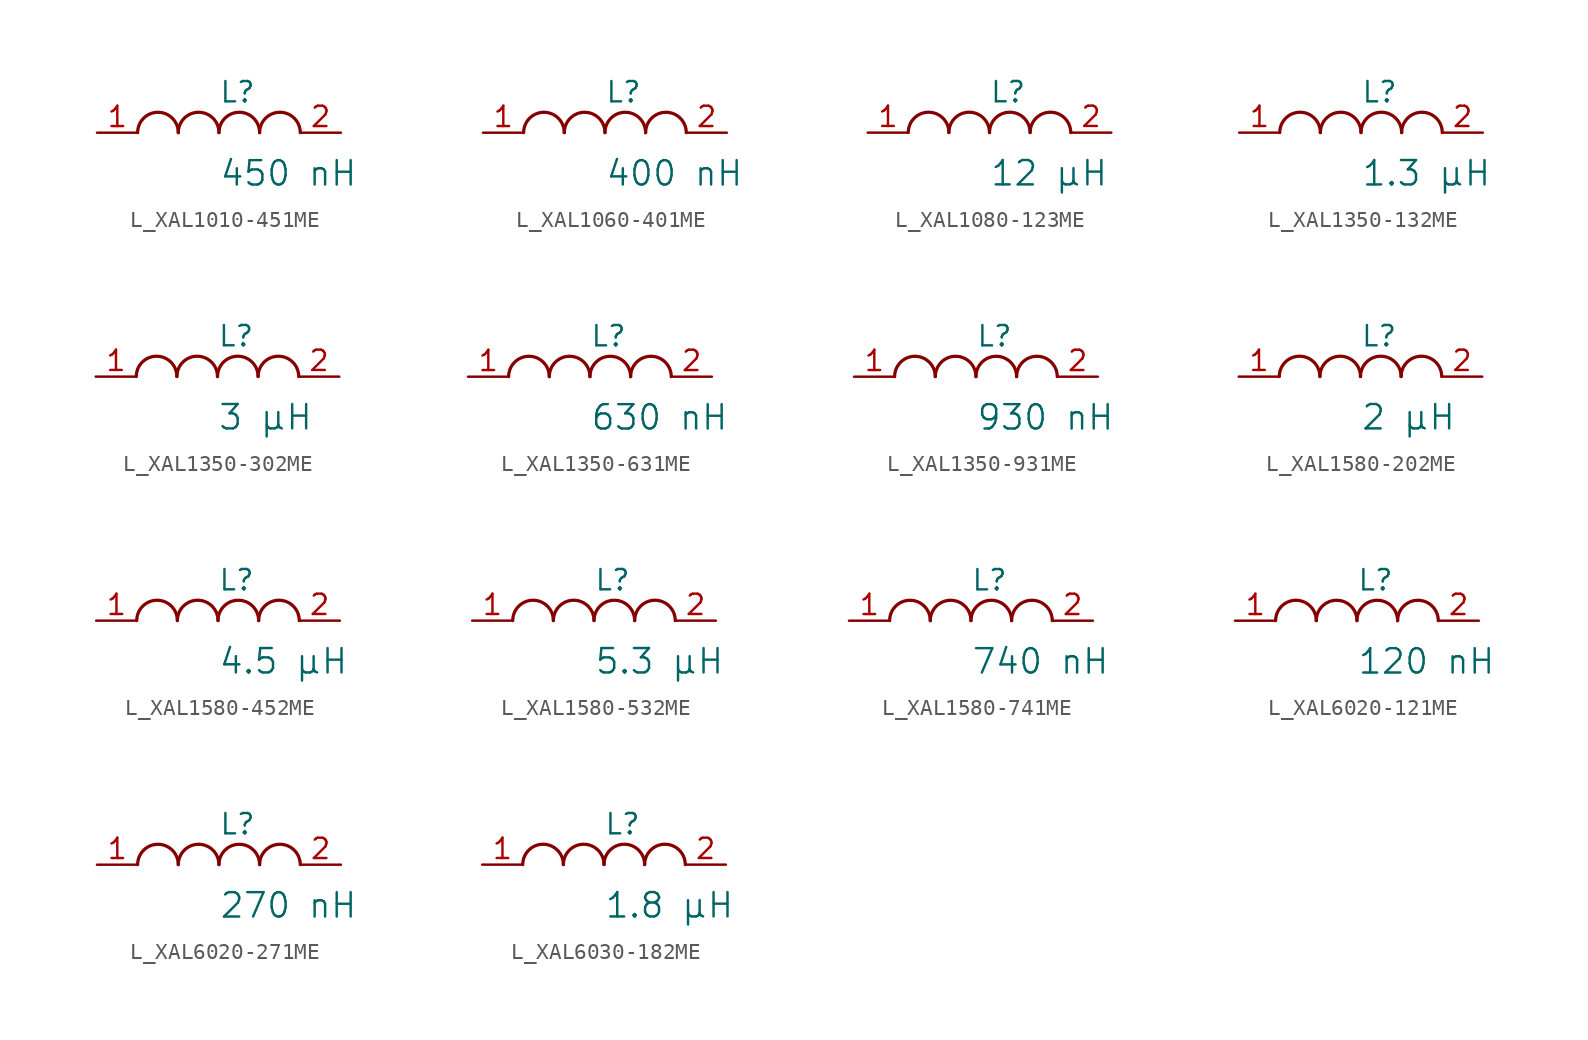
<source format=kicad_sym>
(kicad_symbol_lib
  (version 20231120)
  (generator "kicad_symbol_editor")
  (generator_version "8.0")
  (symbol "L_XAL1010-451ME"
    (pin_names
      (offset 0.254))
    (property "Reference" "L"
      (at 0 2.54 0)
      (effects (font (size 1.27 1.27)) (justify left)))
    (property "Value" "450 nH"
      (at 0 -2.54 0)
      (effects (font (size 1.524 1.524)) (justify left)))
    (symbol "L_XAL1010-451ME_1_1"
      (arc (start -2.54 0.0056) (mid -3.81 1.27) (end -5.08 0.0056) (stroke (width 0.2032) (type default)) (fill (type none)))
      (arc (start 0 0.0056) (mid -1.27 1.27) (end -2.54 0.0056) (stroke (width 0.2032) (type default)) (fill (type none)))
      (arc (start 2.54 0.0056) (mid 1.27 1.27) (end 0 0.0056) (stroke (width 0.2032) (type default)) (fill (type none)))
      (arc (start 5.08 0.0056) (mid 3.81 1.27) (end 2.54 0.0056) (stroke (width 0.2032) (type default)) (fill (type none)))
      (pin unspecified line (at -7.62 0 0) (length 2.54) (name "" (effects (font (size 1.27 1.27)))) (number "1" (effects (font (size 1.27 1.27)))))
      (pin unspecified line (at 7.62 0 180) (length 2.54) (name "" (effects (font (size 1.27 1.27)))) (number "2" (effects (font (size 1.27 1.27)))))))
  (symbol "L_XAL1060-401ME"
    (pin_names
      (offset 0.254))
    (property "Reference" "L"
      (at 0 2.54 0)
      (effects (font (size 1.27 1.27)) (justify left)))
    (property "Value" "400 nH"
      (at 0 -2.54 0)
      (effects (font (size 1.524 1.524)) (justify left)))
    (symbol "L_XAL1060-401ME_1_1"
      (arc (start -2.54 0.0056) (mid -3.81 1.27) (end -5.08 0.0056) (stroke (width 0.2032) (type default)) (fill (type none)))
      (arc (start 0 0.0056) (mid -1.27 1.27) (end -2.54 0.0056) (stroke (width 0.2032) (type default)) (fill (type none)))
      (arc (start 2.54 0.0056) (mid 1.27 1.27) (end 0 0.0056) (stroke (width 0.2032) (type default)) (fill (type none)))
      (arc (start 5.08 0.0056) (mid 3.81 1.27) (end 2.54 0.0056) (stroke (width 0.2032) (type default)) (fill (type none)))
      (pin unspecified line (at -7.62 0 0) (length 2.54) (name "" (effects (font (size 1.27 1.27)))) (number "1" (effects (font (size 1.27 1.27)))))
      (pin unspecified line (at 7.62 0 180) (length 2.54) (name "" (effects (font (size 1.27 1.27)))) (number "2" (effects (font (size 1.27 1.27)))))))
  (symbol "L_XAL1080-123ME"
    (pin_names
      (offset 0.254))
    (property "Reference" "L"
      (at 0 2.54 0)
      (effects (font (size 1.27 1.27)) (justify left)))
    (property "Value" "12 µH"
      (at 0 -2.54 0)
      (effects (font (size 1.524 1.524)) (justify left)))
    (symbol "L_XAL1080-123ME_1_1"
      (arc (start -2.54 0.0056) (mid -3.81 1.27) (end -5.08 0.0056) (stroke (width 0.2032) (type default)) (fill (type none)))
      (arc (start 0 0.0056) (mid -1.27 1.27) (end -2.54 0.0056) (stroke (width 0.2032) (type default)) (fill (type none)))
      (arc (start 2.54 0.0056) (mid 1.27 1.27) (end 0 0.0056) (stroke (width 0.2032) (type default)) (fill (type none)))
      (arc (start 5.08 0.0056) (mid 3.81 1.27) (end 2.54 0.0056) (stroke (width 0.2032) (type default)) (fill (type none)))
      (pin unspecified line (at -7.62 0 0) (length 2.54) (name "" (effects (font (size 1.27 1.27)))) (number "1" (effects (font (size 1.27 1.27)))))
      (pin unspecified line (at 7.62 0 180) (length 2.54) (name "" (effects (font (size 1.27 1.27)))) (number "2" (effects (font (size 1.27 1.27)))))))
  (symbol "L_XAL1350-132ME"
    (pin_names
      (offset 0.254))
    (property "Reference" "L"
      (at 0 2.54 0)
      (effects (font (size 1.27 1.27)) (justify left)))
    (property "Value" "1.3 µH"
      (at 0 -2.54 0)
      (effects (font (size 1.524 1.524)) (justify left)))
    (symbol "L_XAL1350-132ME_1_1"
      (arc (start -2.54 0.0056) (mid -3.81 1.27) (end -5.08 0.0056) (stroke (width 0.2032) (type default)) (fill (type none)))
      (arc (start 0 0.0056) (mid -1.27 1.27) (end -2.54 0.0056) (stroke (width 0.2032) (type default)) (fill (type none)))
      (arc (start 2.54 0.0056) (mid 1.27 1.27) (end 0 0.0056) (stroke (width 0.2032) (type default)) (fill (type none)))
      (arc (start 5.08 0.0056) (mid 3.81 1.27) (end 2.54 0.0056) (stroke (width 0.2032) (type default)) (fill (type none)))
      (pin unspecified line (at -7.62 0 0) (length 2.54) (name "" (effects (font (size 1.27 1.27)))) (number "1" (effects (font (size 1.27 1.27)))))
      (pin unspecified line (at 7.62 0 180) (length 2.54) (name "" (effects (font (size 1.27 1.27)))) (number "2" (effects (font (size 1.27 1.27)))))))
  (symbol "L_XAL1350-302ME"
    (pin_names
      (offset 0.254))
    (property "Reference" "L"
      (at 0 2.54 0)
      (effects (font (size 1.27 1.27)) (justify left)))
    (property "Value" "3 µH"
      (at 0 -2.54 0)
      (effects (font (size 1.524 1.524)) (justify left)))
    (symbol "L_XAL1350-302ME_1_1"
      (arc (start -2.54 0.0056) (mid -3.81 1.27) (end -5.08 0.0056) (stroke (width 0.2032) (type default)) (fill (type none)))
      (arc (start 0 0.0056) (mid -1.27 1.27) (end -2.54 0.0056) (stroke (width 0.2032) (type default)) (fill (type none)))
      (arc (start 2.54 0.0056) (mid 1.27 1.27) (end 0 0.0056) (stroke (width 0.2032) (type default)) (fill (type none)))
      (arc (start 5.08 0.0056) (mid 3.81 1.27) (end 2.54 0.0056) (stroke (width 0.2032) (type default)) (fill (type none)))
      (pin unspecified line (at -7.62 0 0) (length 2.54) (name "" (effects (font (size 1.27 1.27)))) (number "1" (effects (font (size 1.27 1.27)))))
      (pin unspecified line (at 7.62 0 180) (length 2.54) (name "" (effects (font (size 1.27 1.27)))) (number "2" (effects (font (size 1.27 1.27)))))))
  (symbol "L_XAL1350-631ME"
    (pin_names
      (offset 0.254))
    (property "Reference" "L"
      (at 0 2.54 0)
      (effects (font (size 1.27 1.27)) (justify left)))
    (property "Value" "630 nH"
      (at 0 -2.54 0)
      (effects (font (size 1.524 1.524)) (justify left)))
    (symbol "L_XAL1350-631ME_1_1"
      (arc (start -2.54 0.0056) (mid -3.81 1.27) (end -5.08 0.0056) (stroke (width 0.2032) (type default)) (fill (type none)))
      (arc (start 0 0.0056) (mid -1.27 1.27) (end -2.54 0.0056) (stroke (width 0.2032) (type default)) (fill (type none)))
      (arc (start 2.54 0.0056) (mid 1.27 1.27) (end 0 0.0056) (stroke (width 0.2032) (type default)) (fill (type none)))
      (arc (start 5.08 0.0056) (mid 3.81 1.27) (end 2.54 0.0056) (stroke (width 0.2032) (type default)) (fill (type none)))
      (pin unspecified line (at -7.62 0 0) (length 2.54) (name "" (effects (font (size 1.27 1.27)))) (number "1" (effects (font (size 1.27 1.27)))))
      (pin unspecified line (at 7.62 0 180) (length 2.54) (name "" (effects (font (size 1.27 1.27)))) (number "2" (effects (font (size 1.27 1.27)))))))
  (symbol "L_XAL1350-931ME"
    (pin_names
      (offset 0.254))
    (property "Reference" "L"
      (at 0 2.54 0)
      (effects (font (size 1.27 1.27)) (justify left)))
    (property "Value" "930 nH"
      (at 0 -2.54 0)
      (effects (font (size 1.524 1.524)) (justify left)))
    (symbol "L_XAL1350-931ME_1_1"
      (arc (start -2.54 0.0056) (mid -3.81 1.27) (end -5.08 0.0056) (stroke (width 0.2032) (type default)) (fill (type none)))
      (arc (start 0 0.0056) (mid -1.27 1.27) (end -2.54 0.0056) (stroke (width 0.2032) (type default)) (fill (type none)))
      (arc (start 2.54 0.0056) (mid 1.27 1.27) (end 0 0.0056) (stroke (width 0.2032) (type default)) (fill (type none)))
      (arc (start 5.08 0.0056) (mid 3.81 1.27) (end 2.54 0.0056) (stroke (width 0.2032) (type default)) (fill (type none)))
      (pin unspecified line (at -7.62 0 0) (length 2.54) (name "" (effects (font (size 1.27 1.27)))) (number "1" (effects (font (size 1.27 1.27)))))
      (pin unspecified line (at 7.62 0 180) (length 2.54) (name "" (effects (font (size 1.27 1.27)))) (number "2" (effects (font (size 1.27 1.27)))))))
  (symbol "L_XAL1580-202ME"
    (pin_names
      (offset 0.254))
    (property "Reference" "L"
      (at 0 2.54 0)
      (effects (font (size 1.27 1.27)) (justify left)))
    (property "Value" "2 µH"
      (at 0 -2.54 0)
      (effects (font (size 1.524 1.524)) (justify left)))
    (symbol "L_XAL1580-202ME_1_1"
      (arc (start -2.54 0.0056) (mid -3.81 1.27) (end -5.08 0.0056) (stroke (width 0.2032) (type default)) (fill (type none)))
      (arc (start 0 0.0056) (mid -1.27 1.27) (end -2.54 0.0056) (stroke (width 0.2032) (type default)) (fill (type none)))
      (arc (start 2.54 0.0056) (mid 1.27 1.27) (end 0 0.0056) (stroke (width 0.2032) (type default)) (fill (type none)))
      (arc (start 5.08 0.0056) (mid 3.81 1.27) (end 2.54 0.0056) (stroke (width 0.2032) (type default)) (fill (type none)))
      (pin unspecified line (at -7.62 0 0) (length 2.54) (name "" (effects (font (size 1.27 1.27)))) (number "1" (effects (font (size 1.27 1.27)))))
      (pin unspecified line (at 7.62 0 180) (length 2.54) (name "" (effects (font (size 1.27 1.27)))) (number "2" (effects (font (size 1.27 1.27)))))))
  (symbol "L_XAL1580-452ME"
    (pin_names
      (offset 0.254))
    (property "Reference" "L"
      (at 0 2.54 0)
      (effects (font (size 1.27 1.27)) (justify left)))
    (property "Value" "4.5 µH"
      (at 0 -2.54 0)
      (effects (font (size 1.524 1.524)) (justify left)))
    (symbol "L_XAL1580-452ME_1_1"
      (arc (start -2.54 0.0056) (mid -3.81 1.27) (end -5.08 0.0056) (stroke (width 0.2032) (type default)) (fill (type none)))
      (arc (start 0 0.0056) (mid -1.27 1.27) (end -2.54 0.0056) (stroke (width 0.2032) (type default)) (fill (type none)))
      (arc (start 2.54 0.0056) (mid 1.27 1.27) (end 0 0.0056) (stroke (width 0.2032) (type default)) (fill (type none)))
      (arc (start 5.08 0.0056) (mid 3.81 1.27) (end 2.54 0.0056) (stroke (width 0.2032) (type default)) (fill (type none)))
      (pin unspecified line (at -7.62 0 0) (length 2.54) (name "" (effects (font (size 1.27 1.27)))) (number "1" (effects (font (size 1.27 1.27)))))
      (pin unspecified line (at 7.62 0 180) (length 2.54) (name "" (effects (font (size 1.27 1.27)))) (number "2" (effects (font (size 1.27 1.27)))))))
  (symbol "L_XAL1580-532ME"
    (pin_names
      (offset 0.254))
    (property "Reference" "L"
      (at 0 2.54 0)
      (effects (font (size 1.27 1.27)) (justify left)))
    (property "Value" "5.3 µH"
      (at 0 -2.54 0)
      (effects (font (size 1.524 1.524)) (justify left)))
    (symbol "L_XAL1580-532ME_1_1"
      (arc (start -2.54 0.0056) (mid -3.81 1.27) (end -5.08 0.0056) (stroke (width 0.2032) (type default)) (fill (type none)))
      (arc (start 0 0.0056) (mid -1.27 1.27) (end -2.54 0.0056) (stroke (width 0.2032) (type default)) (fill (type none)))
      (arc (start 2.54 0.0056) (mid 1.27 1.27) (end 0 0.0056) (stroke (width 0.2032) (type default)) (fill (type none)))
      (arc (start 5.08 0.0056) (mid 3.81 1.27) (end 2.54 0.0056) (stroke (width 0.2032) (type default)) (fill (type none)))
      (pin unspecified line (at -7.62 0 0) (length 2.54) (name "" (effects (font (size 1.27 1.27)))) (number "1" (effects (font (size 1.27 1.27)))))
      (pin unspecified line (at 7.62 0 180) (length 2.54) (name "" (effects (font (size 1.27 1.27)))) (number "2" (effects (font (size 1.27 1.27)))))))
  (symbol "L_XAL1580-741ME"
    (pin_names
      (offset 0.254))
    (property "Reference" "L"
      (at 0 2.54 0)
      (effects (font (size 1.27 1.27)) (justify left)))
    (property "Value" "740 nH"
      (at 0 -2.54 0)
      (effects (font (size 1.524 1.524)) (justify left)))
    (symbol "L_XAL1580-741ME_1_1"
      (arc (start -2.54 0.0056) (mid -3.81 1.27) (end -5.08 0.0056) (stroke (width 0.2032) (type default)) (fill (type none)))
      (arc (start 0 0.0056) (mid -1.27 1.27) (end -2.54 0.0056) (stroke (width 0.2032) (type default)) (fill (type none)))
      (arc (start 2.54 0.0056) (mid 1.27 1.27) (end 0 0.0056) (stroke (width 0.2032) (type default)) (fill (type none)))
      (arc (start 5.08 0.0056) (mid 3.81 1.27) (end 2.54 0.0056) (stroke (width 0.2032) (type default)) (fill (type none)))
      (pin unspecified line (at -7.62 0 0) (length 2.54) (name "" (effects (font (size 1.27 1.27)))) (number "1" (effects (font (size 1.27 1.27)))))
      (pin unspecified line (at 7.62 0 180) (length 2.54) (name "" (effects (font (size 1.27 1.27)))) (number "2" (effects (font (size 1.27 1.27)))))))
  (symbol "L_XAL6020-121ME"
    (pin_names
      (offset 0.254))
    (property "Reference" "L"
      (at 0 2.54 0)
      (effects (font (size 1.27 1.27)) (justify left)))
    (property "Value" "120 nH"
      (at 0 -2.54 0)
      (effects (font (size 1.524 1.524)) (justify left)))
    (symbol "L_XAL6020-121ME_1_1"
      (arc (start -2.54 0.0056) (mid -3.81 1.27) (end -5.08 0.0056) (stroke (width 0.2032) (type default)) (fill (type none)))
      (arc (start 0 0.0056) (mid -1.27 1.27) (end -2.54 0.0056) (stroke (width 0.2032) (type default)) (fill (type none)))
      (arc (start 2.54 0.0056) (mid 1.27 1.27) (end 0 0.0056) (stroke (width 0.2032) (type default)) (fill (type none)))
      (arc (start 5.08 0.0056) (mid 3.81 1.27) (end 2.54 0.0056) (stroke (width 0.2032) (type default)) (fill (type none)))
      (pin unspecified line (at -7.62 0 0) (length 2.54) (name "" (effects (font (size 1.27 1.27)))) (number "1" (effects (font (size 1.27 1.27)))))
      (pin unspecified line (at 7.62 0 180) (length 2.54) (name "" (effects (font (size 1.27 1.27)))) (number "2" (effects (font (size 1.27 1.27)))))))
  (symbol "L_XAL6020-271ME"
    (pin_names
      (offset 0.254))
    (property "Reference" "L"
      (at 0 2.54 0)
      (effects (font (size 1.27 1.27)) (justify left)))
    (property "Value" "270 nH"
      (at 0 -2.54 0)
      (effects (font (size 1.524 1.524)) (justify left)))
    (symbol "L_XAL6020-271ME_1_1"
      (arc (start -2.54 0.0056) (mid -3.81 1.27) (end -5.08 0.0056) (stroke (width 0.2032) (type default)) (fill (type none)))
      (arc (start 0 0.0056) (mid -1.27 1.27) (end -2.54 0.0056) (stroke (width 0.2032) (type default)) (fill (type none)))
      (arc (start 2.54 0.0056) (mid 1.27 1.27) (end 0 0.0056) (stroke (width 0.2032) (type default)) (fill (type none)))
      (arc (start 5.08 0.0056) (mid 3.81 1.27) (end 2.54 0.0056) (stroke (width 0.2032) (type default)) (fill (type none)))
      (pin unspecified line (at -7.62 0 0) (length 2.54) (name "" (effects (font (size 1.27 1.27)))) (number "1" (effects (font (size 1.27 1.27)))))
      (pin unspecified line (at 7.62 0 180) (length 2.54) (name "" (effects (font (size 1.27 1.27)))) (number "2" (effects (font (size 1.27 1.27)))))))
  (symbol "L_XAL6030-182ME"
    (pin_names
      (offset 0.254))
    (property "Reference" "L"
      (at 0 2.54 0)
      (effects (font (size 1.27 1.27)) (justify left)))
    (property "Value" "1.8 µH"
      (at 0 -2.54 0)
      (effects (font (size 1.524 1.524)) (justify left)))
    (symbol "L_XAL6030-182ME_1_1"
      (arc (start -2.54 0.0056) (mid -3.81 1.27) (end -5.08 0.0056) (stroke (width 0.2032) (type default)) (fill (type none)))
      (arc (start 0 0.0056) (mid -1.27 1.27) (end -2.54 0.0056) (stroke (width 0.2032) (type default)) (fill (type none)))
      (arc (start 2.54 0.0056) (mid 1.27 1.27) (end 0 0.0056) (stroke (width 0.2032) (type default)) (fill (type none)))
      (arc (start 5.08 0.0056) (mid 3.81 1.27) (end 2.54 0.0056) (stroke (width 0.2032) (type default)) (fill (type none)))
      (pin unspecified line (at -7.62 0 0) (length 2.54) (name "" (effects (font (size 1.27 1.27)))) (number "1" (effects (font (size 1.27 1.27)))))
      (pin unspecified line (at 7.62 0 180) (length 2.54) (name "" (effects (font (size 1.27 1.27)))) (number "2" (effects (font (size 1.27 1.27))))))))
</source>
